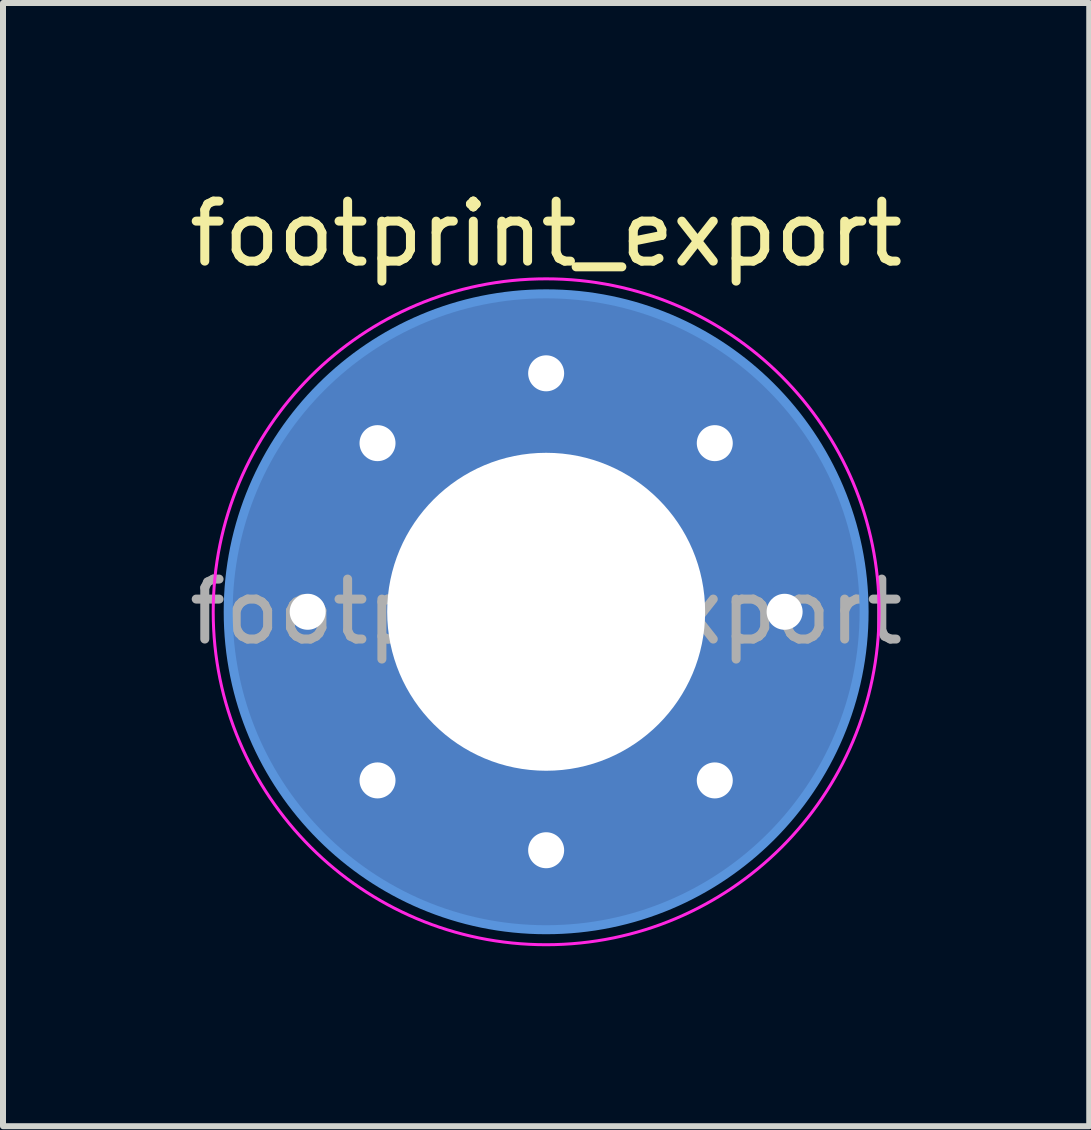
<source format=kicad_pcb>
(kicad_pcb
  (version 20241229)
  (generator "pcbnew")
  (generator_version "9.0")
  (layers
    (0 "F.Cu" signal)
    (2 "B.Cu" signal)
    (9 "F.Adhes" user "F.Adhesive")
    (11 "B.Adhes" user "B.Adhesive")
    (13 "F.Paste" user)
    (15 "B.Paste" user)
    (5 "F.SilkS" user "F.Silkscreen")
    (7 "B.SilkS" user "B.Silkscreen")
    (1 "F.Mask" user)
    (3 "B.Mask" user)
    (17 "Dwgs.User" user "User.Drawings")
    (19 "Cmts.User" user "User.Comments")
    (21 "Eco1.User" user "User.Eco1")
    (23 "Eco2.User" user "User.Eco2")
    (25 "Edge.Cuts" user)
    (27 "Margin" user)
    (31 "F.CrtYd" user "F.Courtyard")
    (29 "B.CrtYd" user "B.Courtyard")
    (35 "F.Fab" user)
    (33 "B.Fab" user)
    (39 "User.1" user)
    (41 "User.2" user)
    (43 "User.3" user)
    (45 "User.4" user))
  (footprint "footprint_export"
    (layer "F.Cu")
    (at 6.054 7.148)
    (property "Reference" "footprint_export" (at 0 -6.3 0) (layer "F.SilkS") (effects (font (size 1 1) (thickness 0.15))))
    (attr exclude_from_pos_files exclude_from_bom)
    (fp_circle (center 0 0) (end 5.3 0) (stroke (width 0.15) (type solid)) (fill no) (layer "Cmts.User"))
    (fp_circle (center 0 0) (end 5.55 0) (stroke (width 0.05) (type solid)) (fill no) (layer "F.CrtYd"))
    (fp_text user "${REFERENCE}" (at 0 0 0) (layer "F.Fab") (effects (font (size 1 1) (thickness 0.15))))
    (pad "1" thru_hole circle (at -3.975 0) (size 0.9 0.9) (drill 0.6) (layers "*.Cu" "*.Mask"))
    (pad "1" thru_hole circle (at -2.811 -2.811) (size 0.9 0.9) (drill 0.6) (layers "*.Cu" "*.Mask"))
    (pad "1" thru_hole circle (at -2.811 2.811) (size 0.9 0.9) (drill 0.6) (layers "*.Cu" "*.Mask"))
    (pad "1" thru_hole circle (at 0 -3.975) (size 0.9 0.9) (drill 0.6) (layers "*.Cu" "*.Mask"))
    (pad "1" thru_hole circle (at 0 0) (size 10.6 10.6) (drill 5.3) (layers "*.Cu" "*.Mask"))
    (pad "1" thru_hole circle (at 0 3.975) (size 0.9 0.9) (drill 0.6) (layers "*.Cu" "*.Mask"))
    (pad "1" thru_hole circle (at 2.811 -2.811) (size 0.9 0.9) (drill 0.6) (layers "*.Cu" "*.Mask"))
    (pad "1" thru_hole circle (at 2.811 2.811) (size 0.9 0.9) (drill 0.6) (layers "*.Cu" "*.Mask"))
    (pad "1" thru_hole circle (at 3.975 0) (size 0.9 0.9) (drill 0.6) (layers "*.Cu" "*.Mask")))
  (gr_rect
    (start -3 -3)
    (end 15.107 15.723)
    (stroke (width 0.1) (type default))
    (fill no)
    (layer "Edge.Cuts")))
</source>
